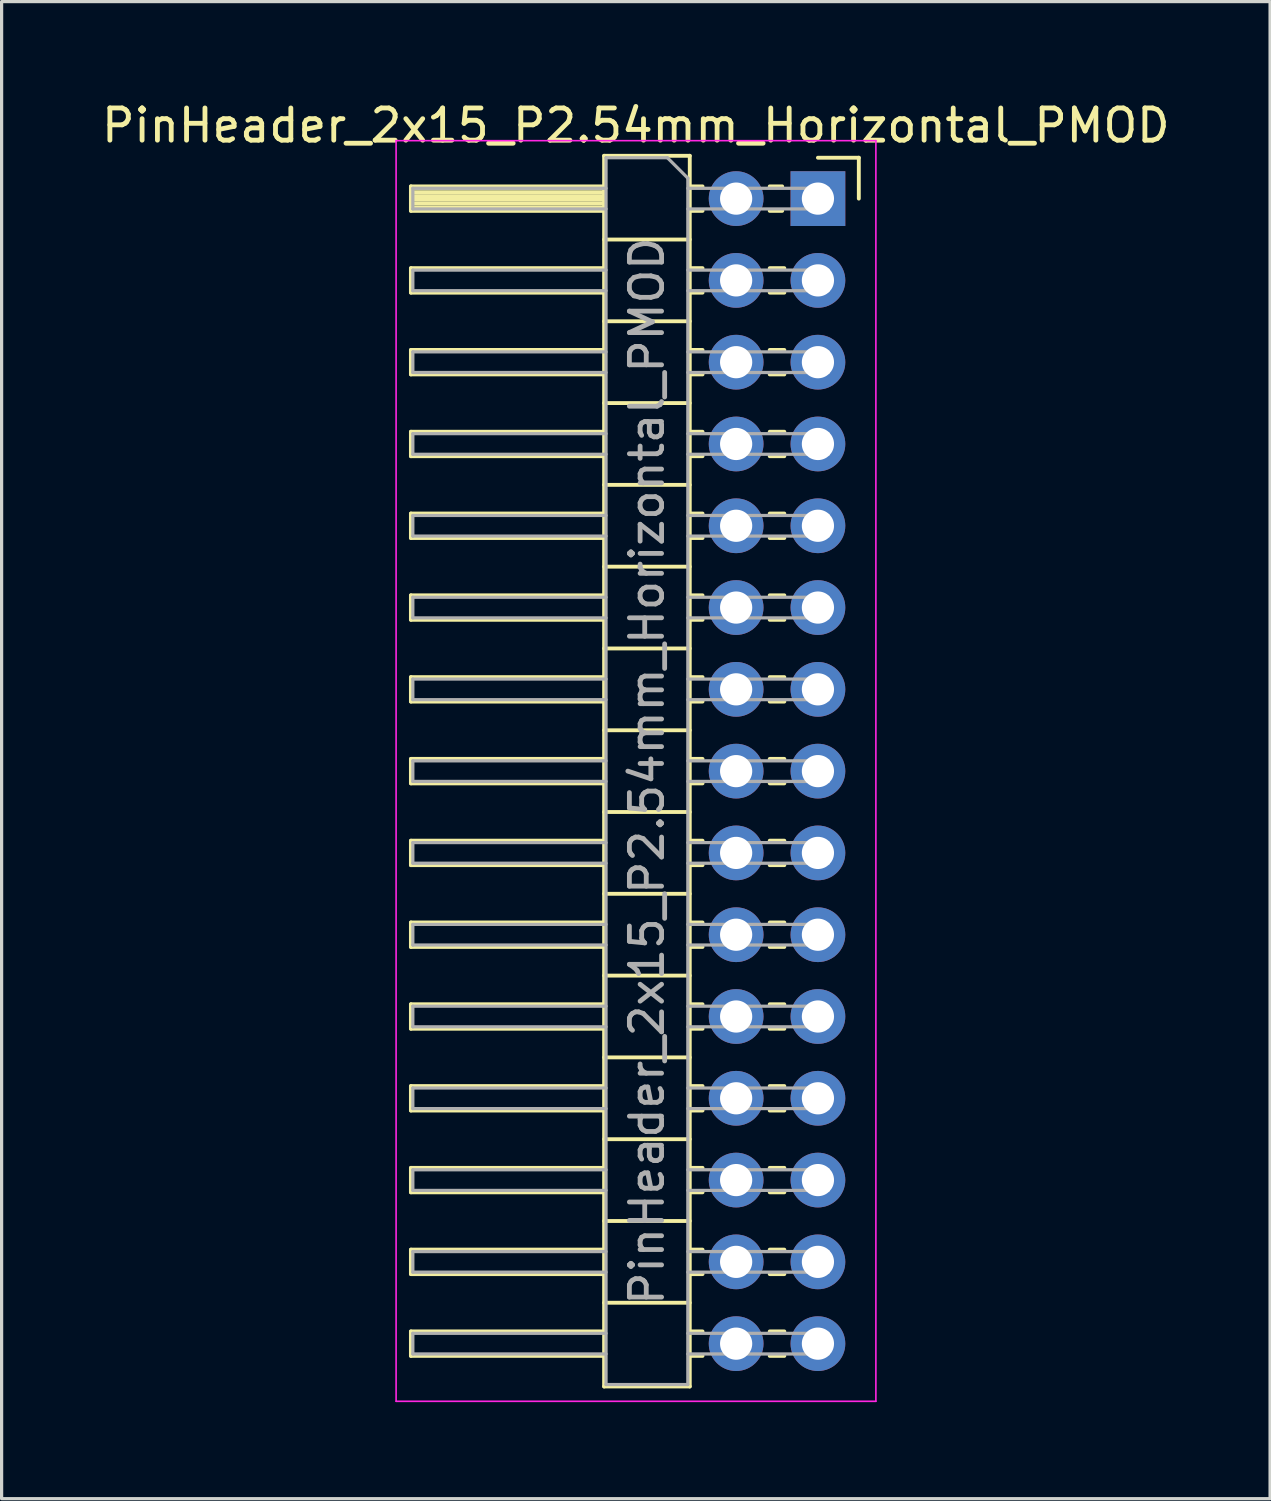
<source format=kicad_pcb>
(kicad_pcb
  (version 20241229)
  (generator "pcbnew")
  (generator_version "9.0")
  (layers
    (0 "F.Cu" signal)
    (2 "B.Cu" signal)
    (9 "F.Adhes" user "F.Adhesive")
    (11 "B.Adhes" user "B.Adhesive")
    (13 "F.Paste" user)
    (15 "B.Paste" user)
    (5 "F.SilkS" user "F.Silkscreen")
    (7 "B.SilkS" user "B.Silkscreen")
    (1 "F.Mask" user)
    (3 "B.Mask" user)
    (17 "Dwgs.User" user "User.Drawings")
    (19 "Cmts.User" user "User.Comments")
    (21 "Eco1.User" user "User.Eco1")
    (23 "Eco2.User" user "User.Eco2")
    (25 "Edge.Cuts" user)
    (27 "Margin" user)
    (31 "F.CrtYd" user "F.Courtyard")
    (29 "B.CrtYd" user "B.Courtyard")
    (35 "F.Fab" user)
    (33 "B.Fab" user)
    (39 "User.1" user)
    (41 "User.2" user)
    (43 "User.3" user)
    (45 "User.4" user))
  (footprint "PinHeader_2x15_P2.54mm_Horizontal_PMOD"
    (layer "F.Cu")
    (at 24.383 3.118)
    (property "Reference" "PinHeader_2x15_P2.54mm_Horizontal_PMOD" (at -7.687 -2.27 0) (layer "F.SilkS") (effects (font (size 1 1) (thickness 0.15))))
    (attr through_hole)
    (fp_line (start -14.672 -0.38) (end -14.672 0.38) (stroke (width 0.12) (type solid)) (layer "F.SilkS"))
    (fp_line (start -14.672 0.38) (end -8.672 0.38) (stroke (width 0.12) (type solid)) (layer "F.SilkS"))
    (fp_line (start -14.672 2.16) (end -14.672 2.92) (stroke (width 0.12) (type solid)) (layer "F.SilkS"))
    (fp_line (start -14.672 2.92) (end -8.672 2.92) (stroke (width 0.12) (type solid)) (layer "F.SilkS"))
    (fp_line (start -14.672 4.7) (end -14.672 5.46) (stroke (width 0.12) (type solid)) (layer "F.SilkS"))
    (fp_line (start -14.672 5.46) (end -8.672 5.46) (stroke (width 0.12) (type solid)) (layer "F.SilkS"))
    (fp_line (start -14.672 7.24) (end -14.672 8) (stroke (width 0.12) (type solid)) (layer "F.SilkS"))
    (fp_line (start -14.672 8) (end -8.672 8) (stroke (width 0.12) (type solid)) (layer "F.SilkS"))
    (fp_line (start -14.672 9.78) (end -14.672 10.54) (stroke (width 0.12) (type solid)) (layer "F.SilkS"))
    (fp_line (start -14.672 10.54) (end -8.672 10.54) (stroke (width 0.12) (type solid)) (layer "F.SilkS"))
    (fp_line (start -14.672 12.32) (end -14.672 13.08) (stroke (width 0.12) (type solid)) (layer "F.SilkS"))
    (fp_line (start -14.672 13.08) (end -8.672 13.08) (stroke (width 0.12) (type solid)) (layer "F.SilkS"))
    (fp_line (start -14.672 14.86) (end -14.672 15.62) (stroke (width 0.12) (type solid)) (layer "F.SilkS"))
    (fp_line (start -14.672 15.62) (end -8.672 15.62) (stroke (width 0.12) (type solid)) (layer "F.SilkS"))
    (fp_line (start -14.672 17.4) (end -14.672 18.16) (stroke (width 0.12) (type solid)) (layer "F.SilkS"))
    (fp_line (start -14.672 18.16) (end -8.672 18.16) (stroke (width 0.12) (type solid)) (layer "F.SilkS"))
    (fp_line (start -14.672 19.94) (end -14.672 20.7) (stroke (width 0.12) (type solid)) (layer "F.SilkS"))
    (fp_line (start -14.672 20.7) (end -8.672 20.7) (stroke (width 0.12) (type solid)) (layer "F.SilkS"))
    (fp_line (start -14.672 22.48) (end -14.672 23.24) (stroke (width 0.12) (type solid)) (layer "F.SilkS"))
    (fp_line (start -14.672 23.24) (end -8.672 23.24) (stroke (width 0.12) (type solid)) (layer "F.SilkS"))
    (fp_line (start -14.672 25.02) (end -14.672 25.78) (stroke (width 0.12) (type solid)) (layer "F.SilkS"))
    (fp_line (start -14.672 25.78) (end -8.672 25.78) (stroke (width 0.12) (type solid)) (layer "F.SilkS"))
    (fp_line (start -14.672 27.56) (end -14.672 28.32) (stroke (width 0.12) (type solid)) (layer "F.SilkS"))
    (fp_line (start -14.672 28.32) (end -8.672 28.32) (stroke (width 0.12) (type solid)) (layer "F.SilkS"))
    (fp_line (start -14.672 30.1) (end -14.672 30.86) (stroke (width 0.12) (type solid)) (layer "F.SilkS"))
    (fp_line (start -14.672 30.86) (end -8.672 30.86) (stroke (width 0.12) (type solid)) (layer "F.SilkS"))
    (fp_line (start -14.672 32.64) (end -14.672 33.4) (stroke (width 0.12) (type solid)) (layer "F.SilkS"))
    (fp_line (start -14.672 33.4) (end -8.672 33.4) (stroke (width 0.12) (type solid)) (layer "F.SilkS"))
    (fp_line (start -14.672 35.18) (end -14.672 35.94) (stroke (width 0.12) (type solid)) (layer "F.SilkS"))
    (fp_line (start -14.672 35.94) (end -8.672 35.94) (stroke (width 0.12) (type solid)) (layer "F.SilkS"))
    (fp_line (start -8.672 -1.33) (end -6.012 -1.33) (stroke (width 0.12) (type solid)) (layer "F.SilkS"))
    (fp_line (start -8.672 -0.38) (end -14.672 -0.38) (stroke (width 0.12) (type solid)) (layer "F.SilkS"))
    (fp_line (start -8.672 -0.32) (end -14.672 -0.32) (stroke (width 0.12) (type solid)) (layer "F.SilkS"))
    (fp_line (start -8.672 -0.2) (end -14.672 -0.2) (stroke (width 0.12) (type solid)) (layer "F.SilkS"))
    (fp_line (start -8.672 -0.08) (end -14.672 -0.08) (stroke (width 0.12) (type solid)) (layer "F.SilkS"))
    (fp_line (start -8.672 0.04) (end -14.672 0.04) (stroke (width 0.12) (type solid)) (layer "F.SilkS"))
    (fp_line (start -8.672 0.16) (end -14.672 0.16) (stroke (width 0.12) (type solid)) (layer "F.SilkS"))
    (fp_line (start -8.672 0.28) (end -14.672 0.28) (stroke (width 0.12) (type solid)) (layer "F.SilkS"))
    (fp_line (start -8.672 2.16) (end -14.672 2.16) (stroke (width 0.12) (type solid)) (layer "F.SilkS"))
    (fp_line (start -8.672 4.7) (end -14.672 4.7) (stroke (width 0.12) (type solid)) (layer "F.SilkS"))
    (fp_line (start -8.672 7.24) (end -14.672 7.24) (stroke (width 0.12) (type solid)) (layer "F.SilkS"))
    (fp_line (start -8.672 9.78) (end -14.672 9.78) (stroke (width 0.12) (type solid)) (layer "F.SilkS"))
    (fp_line (start -8.672 12.32) (end -14.672 12.32) (stroke (width 0.12) (type solid)) (layer "F.SilkS"))
    (fp_line (start -8.672 14.86) (end -14.672 14.86) (stroke (width 0.12) (type solid)) (layer "F.SilkS"))
    (fp_line (start -8.672 17.4) (end -14.672 17.4) (stroke (width 0.12) (type solid)) (layer "F.SilkS"))
    (fp_line (start -8.672 19.94) (end -14.672 19.94) (stroke (width 0.12) (type solid)) (layer "F.SilkS"))
    (fp_line (start -8.672 22.48) (end -14.672 22.48) (stroke (width 0.12) (type solid)) (layer "F.SilkS"))
    (fp_line (start -8.672 25.02) (end -14.672 25.02) (stroke (width 0.12) (type solid)) (layer "F.SilkS"))
    (fp_line (start -8.672 27.56) (end -14.672 27.56) (stroke (width 0.12) (type solid)) (layer "F.SilkS"))
    (fp_line (start -8.672 30.1) (end -14.672 30.1) (stroke (width 0.12) (type solid)) (layer "F.SilkS"))
    (fp_line (start -8.672 32.64) (end -14.672 32.64) (stroke (width 0.12) (type solid)) (layer "F.SilkS"))
    (fp_line (start -8.672 35.18) (end -14.672 35.18) (stroke (width 0.12) (type solid)) (layer "F.SilkS"))
    (fp_line (start -8.672 36.89) (end -8.672 -1.33) (stroke (width 0.12) (type solid)) (layer "F.SilkS"))
    (fp_line (start -6.012 -1.33) (end -6.012 36.89) (stroke (width 0.12) (type solid)) (layer "F.SilkS"))
    (fp_line (start -6.012 1.27) (end -8.672 1.27) (stroke (width 0.12) (type solid)) (layer "F.SilkS"))
    (fp_line (start -6.012 3.81) (end -8.672 3.81) (stroke (width 0.12) (type solid)) (layer "F.SilkS"))
    (fp_line (start -6.012 6.35) (end -8.672 6.35) (stroke (width 0.12) (type solid)) (layer "F.SilkS"))
    (fp_line (start -6.012 8.89) (end -8.672 8.89) (stroke (width 0.12) (type solid)) (layer "F.SilkS"))
    (fp_line (start -6.012 11.43) (end -8.672 11.43) (stroke (width 0.12) (type solid)) (layer "F.SilkS"))
    (fp_line (start -6.012 13.97) (end -8.672 13.97) (stroke (width 0.12) (type solid)) (layer "F.SilkS"))
    (fp_line (start -6.012 16.51) (end -8.672 16.51) (stroke (width 0.12) (type solid)) (layer "F.SilkS"))
    (fp_line (start -6.012 19.05) (end -8.672 19.05) (stroke (width 0.12) (type solid)) (layer "F.SilkS"))
    (fp_line (start -6.012 21.59) (end -8.672 21.59) (stroke (width 0.12) (type solid)) (layer "F.SilkS"))
    (fp_line (start -6.012 24.13) (end -8.672 24.13) (stroke (width 0.12) (type solid)) (layer "F.SilkS"))
    (fp_line (start -6.012 26.67) (end -8.672 26.67) (stroke (width 0.12) (type solid)) (layer "F.SilkS"))
    (fp_line (start -6.012 29.21) (end -8.672 29.21) (stroke (width 0.12) (type solid)) (layer "F.SilkS"))
    (fp_line (start -6.012 31.75) (end -8.672 31.75) (stroke (width 0.12) (type solid)) (layer "F.SilkS"))
    (fp_line (start -6.012 34.29) (end -8.672 34.29) (stroke (width 0.12) (type solid)) (layer "F.SilkS"))
    (fp_line (start -6.012 36.89) (end -8.672 36.89) (stroke (width 0.12) (type solid)) (layer "F.SilkS"))
    (fp_line (start -5.615 -0.38) (end -6.012 -0.38) (stroke (width 0.12) (type solid)) (layer "F.SilkS"))
    (fp_line (start -5.615 0.38) (end -6.012 0.38) (stroke (width 0.12) (type solid)) (layer "F.SilkS"))
    (fp_line (start -5.615 2.16) (end -6.012 2.16) (stroke (width 0.12) (type solid)) (layer "F.SilkS"))
    (fp_line (start -5.615 2.92) (end -6.012 2.92) (stroke (width 0.12) (type solid)) (layer "F.SilkS"))
    (fp_line (start -5.615 4.7) (end -6.012 4.7) (stroke (width 0.12) (type solid)) (layer "F.SilkS"))
    (fp_line (start -5.615 5.46) (end -6.012 5.46) (stroke (width 0.12) (type solid)) (layer "F.SilkS"))
    (fp_line (start -5.615 7.24) (end -6.012 7.24) (stroke (width 0.12) (type solid)) (layer "F.SilkS"))
    (fp_line (start -5.615 8) (end -6.012 8) (stroke (width 0.12) (type solid)) (layer "F.SilkS"))
    (fp_line (start -5.615 9.78) (end -6.012 9.78) (stroke (width 0.12) (type solid)) (layer "F.SilkS"))
    (fp_line (start -5.615 10.54) (end -6.012 10.54) (stroke (width 0.12) (type solid)) (layer "F.SilkS"))
    (fp_line (start -5.615 12.32) (end -6.012 12.32) (stroke (width 0.12) (type solid)) (layer "F.SilkS"))
    (fp_line (start -5.615 13.08) (end -6.012 13.08) (stroke (width 0.12) (type solid)) (layer "F.SilkS"))
    (fp_line (start -5.615 14.86) (end -6.012 14.86) (stroke (width 0.12) (type solid)) (layer "F.SilkS"))
    (fp_line (start -5.615 15.62) (end -6.012 15.62) (stroke (width 0.12) (type solid)) (layer "F.SilkS"))
    (fp_line (start -5.615 17.4) (end -6.012 17.4) (stroke (width 0.12) (type solid)) (layer "F.SilkS"))
    (fp_line (start -5.615 18.16) (end -6.012 18.16) (stroke (width 0.12) (type solid)) (layer "F.SilkS"))
    (fp_line (start -5.615 19.94) (end -6.012 19.94) (stroke (width 0.12) (type solid)) (layer "F.SilkS"))
    (fp_line (start -5.615 20.7) (end -6.012 20.7) (stroke (width 0.12) (type solid)) (layer "F.SilkS"))
    (fp_line (start -5.615 22.48) (end -6.012 22.48) (stroke (width 0.12) (type solid)) (layer "F.SilkS"))
    (fp_line (start -5.615 23.24) (end -6.012 23.24) (stroke (width 0.12) (type solid)) (layer "F.SilkS"))
    (fp_line (start -5.615 25.02) (end -6.012 25.02) (stroke (width 0.12) (type solid)) (layer "F.SilkS"))
    (fp_line (start -5.615 25.78) (end -6.012 25.78) (stroke (width 0.12) (type solid)) (layer "F.SilkS"))
    (fp_line (start -5.615 27.56) (end -6.012 27.56) (stroke (width 0.12) (type solid)) (layer "F.SilkS"))
    (fp_line (start -5.615 28.32) (end -6.012 28.32) (stroke (width 0.12) (type solid)) (layer "F.SilkS"))
    (fp_line (start -5.615 30.1) (end -6.012 30.1) (stroke (width 0.12) (type solid)) (layer "F.SilkS"))
    (fp_line (start -5.615 30.86) (end -6.012 30.86) (stroke (width 0.12) (type solid)) (layer "F.SilkS"))
    (fp_line (start -5.615 32.64) (end -6.012 32.64) (stroke (width 0.12) (type solid)) (layer "F.SilkS"))
    (fp_line (start -5.615 33.4) (end -6.012 33.4) (stroke (width 0.12) (type solid)) (layer "F.SilkS"))
    (fp_line (start -5.615 35.18) (end -6.012 35.18) (stroke (width 0.12) (type solid)) (layer "F.SilkS"))
    (fp_line (start -5.615 35.94) (end -6.012 35.94) (stroke (width 0.12) (type solid)) (layer "F.SilkS"))
    (fp_line (start -3.142 -0.38) (end -3.529 -0.38) (stroke (width 0.12) (type solid)) (layer "F.SilkS"))
    (fp_line (start -3.142 0.38) (end -3.529 0.38) (stroke (width 0.12) (type solid)) (layer "F.SilkS"))
    (fp_line (start -3.075 2.16) (end -3.529 2.16) (stroke (width 0.12) (type solid)) (layer "F.SilkS"))
    (fp_line (start -3.075 2.92) (end -3.529 2.92) (stroke (width 0.12) (type solid)) (layer "F.SilkS"))
    (fp_line (start -3.075 4.7) (end -3.529 4.7) (stroke (width 0.12) (type solid)) (layer "F.SilkS"))
    (fp_line (start -3.075 5.46) (end -3.529 5.46) (stroke (width 0.12) (type solid)) (layer "F.SilkS"))
    (fp_line (start -3.075 7.24) (end -3.529 7.24) (stroke (width 0.12) (type solid)) (layer "F.SilkS"))
    (fp_line (start -3.075 8) (end -3.529 8) (stroke (width 0.12) (type solid)) (layer "F.SilkS"))
    (fp_line (start -3.075 9.78) (end -3.529 9.78) (stroke (width 0.12) (type solid)) (layer "F.SilkS"))
    (fp_line (start -3.075 10.54) (end -3.529 10.54) (stroke (width 0.12) (type solid)) (layer "F.SilkS"))
    (fp_line (start -3.075 12.32) (end -3.529 12.32) (stroke (width 0.12) (type solid)) (layer "F.SilkS"))
    (fp_line (start -3.075 13.08) (end -3.529 13.08) (stroke (width 0.12) (type solid)) (layer "F.SilkS"))
    (fp_line (start -3.075 14.86) (end -3.529 14.86) (stroke (width 0.12) (type solid)) (layer "F.SilkS"))
    (fp_line (start -3.075 15.62) (end -3.529 15.62) (stroke (width 0.12) (type solid)) (layer "F.SilkS"))
    (fp_line (start -3.075 17.4) (end -3.529 17.4) (stroke (width 0.12) (type solid)) (layer "F.SilkS"))
    (fp_line (start -3.075 18.16) (end -3.529 18.16) (stroke (width 0.12) (type solid)) (layer "F.SilkS"))
    (fp_line (start -3.075 19.94) (end -3.529 19.94) (stroke (width 0.12) (type solid)) (layer "F.SilkS"))
    (fp_line (start -3.075 20.7) (end -3.529 20.7) (stroke (width 0.12) (type solid)) (layer "F.SilkS"))
    (fp_line (start -3.075 22.48) (end -3.529 22.48) (stroke (width 0.12) (type solid)) (layer "F.SilkS"))
    (fp_line (start -3.075 23.24) (end -3.529 23.24) (stroke (width 0.12) (type solid)) (layer "F.SilkS"))
    (fp_line (start -3.075 25.02) (end -3.529 25.02) (stroke (width 0.12) (type solid)) (layer "F.SilkS"))
    (fp_line (start -3.075 25.78) (end -3.529 25.78) (stroke (width 0.12) (type solid)) (layer "F.SilkS"))
    (fp_line (start -3.075 27.56) (end -3.529 27.56) (stroke (width 0.12) (type solid)) (layer "F.SilkS"))
    (fp_line (start -3.075 28.32) (end -3.529 28.32) (stroke (width 0.12) (type solid)) (layer "F.SilkS"))
    (fp_line (start -3.075 30.1) (end -3.529 30.1) (stroke (width 0.12) (type solid)) (layer "F.SilkS"))
    (fp_line (start -3.075 30.86) (end -3.529 30.86) (stroke (width 0.12) (type solid)) (layer "F.SilkS"))
    (fp_line (start -3.075 32.64) (end -3.529 32.64) (stroke (width 0.12) (type solid)) (layer "F.SilkS"))
    (fp_line (start -3.075 33.4) (end -3.529 33.4) (stroke (width 0.12) (type solid)) (layer "F.SilkS"))
    (fp_line (start -3.075 35.18) (end -3.529 35.18) (stroke (width 0.12) (type solid)) (layer "F.SilkS"))
    (fp_line (start -3.075 35.94) (end -3.529 35.94) (stroke (width 0.12) (type solid)) (layer "F.SilkS"))
    (fp_line (start -0.762 -1.27) (end -2.032 -1.27) (stroke (width 0.12) (type solid)) (layer "F.SilkS"))
    (fp_line (start -0.762 0) (end -0.762 -1.27) (stroke (width 0.12) (type solid)) (layer "F.SilkS"))
    (fp_line (start -15.132 -1.8) (end -0.232 -1.8) (stroke (width 0.05) (type solid)) (layer "F.CrtYd"))
    (fp_line (start -15.132 37.35) (end -15.132 -1.8) (stroke (width 0.05) (type solid)) (layer "F.CrtYd"))
    (fp_line (start -0.232 -1.8) (end -0.232 37.35) (stroke (width 0.05) (type solid)) (layer "F.CrtYd"))
    (fp_line (start -0.232 37.35) (end -15.132 37.35) (stroke (width 0.05) (type solid)) (layer "F.CrtYd"))
    (fp_line (start -14.612 -0.32) (end -14.612 0.32) (stroke (width 0.1) (type solid)) (layer "F.Fab"))
    (fp_line (start -14.612 2.22) (end -14.612 2.86) (stroke (width 0.1) (type solid)) (layer "F.Fab"))
    (fp_line (start -14.612 4.76) (end -14.612 5.4) (stroke (width 0.1) (type solid)) (layer "F.Fab"))
    (fp_line (start -14.612 7.3) (end -14.612 7.94) (stroke (width 0.1) (type solid)) (layer "F.Fab"))
    (fp_line (start -14.612 9.84) (end -14.612 10.48) (stroke (width 0.1) (type solid)) (layer "F.Fab"))
    (fp_line (start -14.612 12.38) (end -14.612 13.02) (stroke (width 0.1) (type solid)) (layer "F.Fab"))
    (fp_line (start -14.612 14.92) (end -14.612 15.56) (stroke (width 0.1) (type solid)) (layer "F.Fab"))
    (fp_line (start -14.612 17.46) (end -14.612 18.1) (stroke (width 0.1) (type solid)) (layer "F.Fab"))
    (fp_line (start -14.612 20) (end -14.612 20.64) (stroke (width 0.1) (type solid)) (layer "F.Fab"))
    (fp_line (start -14.612 22.54) (end -14.612 23.18) (stroke (width 0.1) (type solid)) (layer "F.Fab"))
    (fp_line (start -14.612 25.08) (end -14.612 25.72) (stroke (width 0.1) (type solid)) (layer "F.Fab"))
    (fp_line (start -14.612 27.62) (end -14.612 28.26) (stroke (width 0.1) (type solid)) (layer "F.Fab"))
    (fp_line (start -14.612 30.16) (end -14.612 30.8) (stroke (width 0.1) (type solid)) (layer "F.Fab"))
    (fp_line (start -14.612 32.7) (end -14.612 33.34) (stroke (width 0.1) (type solid)) (layer "F.Fab"))
    (fp_line (start -14.612 35.24) (end -14.612 35.88) (stroke (width 0.1) (type solid)) (layer "F.Fab"))
    (fp_line (start -8.612 -1.27) (end -8.612 36.83) (stroke (width 0.1) (type solid)) (layer "F.Fab"))
    (fp_line (start -8.612 -0.32) (end -14.612 -0.32) (stroke (width 0.1) (type solid)) (layer "F.Fab"))
    (fp_line (start -8.612 0.32) (end -14.612 0.32) (stroke (width 0.1) (type solid)) (layer "F.Fab"))
    (fp_line (start -8.612 2.22) (end -14.612 2.22) (stroke (width 0.1) (type solid)) (layer "F.Fab"))
    (fp_line (start -8.612 2.86) (end -14.612 2.86) (stroke (width 0.1) (type solid)) (layer "F.Fab"))
    (fp_line (start -8.612 4.76) (end -14.612 4.76) (stroke (width 0.1) (type solid)) (layer "F.Fab"))
    (fp_line (start -8.612 5.4) (end -14.612 5.4) (stroke (width 0.1) (type solid)) (layer "F.Fab"))
    (fp_line (start -8.612 7.3) (end -14.612 7.3) (stroke (width 0.1) (type solid)) (layer "F.Fab"))
    (fp_line (start -8.612 7.94) (end -14.612 7.94) (stroke (width 0.1) (type solid)) (layer "F.Fab"))
    (fp_line (start -8.612 9.84) (end -14.612 9.84) (stroke (width 0.1) (type solid)) (layer "F.Fab"))
    (fp_line (start -8.612 10.48) (end -14.612 10.48) (stroke (width 0.1) (type solid)) (layer "F.Fab"))
    (fp_line (start -8.612 12.38) (end -14.612 12.38) (stroke (width 0.1) (type solid)) (layer "F.Fab"))
    (fp_line (start -8.612 13.02) (end -14.612 13.02) (stroke (width 0.1) (type solid)) (layer "F.Fab"))
    (fp_line (start -8.612 14.92) (end -14.612 14.92) (stroke (width 0.1) (type solid)) (layer "F.Fab"))
    (fp_line (start -8.612 15.56) (end -14.612 15.56) (stroke (width 0.1) (type solid)) (layer "F.Fab"))
    (fp_line (start -8.612 17.46) (end -14.612 17.46) (stroke (width 0.1) (type solid)) (layer "F.Fab"))
    (fp_line (start -8.612 18.1) (end -14.612 18.1) (stroke (width 0.1) (type solid)) (layer "F.Fab"))
    (fp_line (start -8.612 20) (end -14.612 20) (stroke (width 0.1) (type solid)) (layer "F.Fab"))
    (fp_line (start -8.612 20.64) (end -14.612 20.64) (stroke (width 0.1) (type solid)) (layer "F.Fab"))
    (fp_line (start -8.612 22.54) (end -14.612 22.54) (stroke (width 0.1) (type solid)) (layer "F.Fab"))
    (fp_line (start -8.612 23.18) (end -14.612 23.18) (stroke (width 0.1) (type solid)) (layer "F.Fab"))
    (fp_line (start -8.612 25.08) (end -14.612 25.08) (stroke (width 0.1) (type solid)) (layer "F.Fab"))
    (fp_line (start -8.612 25.72) (end -14.612 25.72) (stroke (width 0.1) (type solid)) (layer "F.Fab"))
    (fp_line (start -8.612 27.62) (end -14.612 27.62) (stroke (width 0.1) (type solid)) (layer "F.Fab"))
    (fp_line (start -8.612 28.26) (end -14.612 28.26) (stroke (width 0.1) (type solid)) (layer "F.Fab"))
    (fp_line (start -8.612 30.16) (end -14.612 30.16) (stroke (width 0.1) (type solid)) (layer "F.Fab"))
    (fp_line (start -8.612 30.8) (end -14.612 30.8) (stroke (width 0.1) (type solid)) (layer "F.Fab"))
    (fp_line (start -8.612 32.7) (end -14.612 32.7) (stroke (width 0.1) (type solid)) (layer "F.Fab"))
    (fp_line (start -8.612 33.34) (end -14.612 33.34) (stroke (width 0.1) (type solid)) (layer "F.Fab"))
    (fp_line (start -8.612 35.24) (end -14.612 35.24) (stroke (width 0.1) (type solid)) (layer "F.Fab"))
    (fp_line (start -8.612 35.88) (end -14.612 35.88) (stroke (width 0.1) (type solid)) (layer "F.Fab"))
    (fp_line (start -8.612 36.83) (end -6.072 36.83) (stroke (width 0.1) (type solid)) (layer "F.Fab"))
    (fp_line (start -6.707 -1.27) (end -8.612 -1.27) (stroke (width 0.1) (type solid)) (layer "F.Fab"))
    (fp_line (start -6.072 -0.635) (end -6.707 -1.27) (stroke (width 0.1) (type solid)) (layer "F.Fab"))
    (fp_line (start -6.072 36.83) (end -6.072 -0.635) (stroke (width 0.1) (type solid)) (layer "F.Fab"))
    (fp_line (start -1.712 -0.32) (end -6.072 -0.32) (stroke (width 0.1) (type solid)) (layer "F.Fab"))
    (fp_line (start -1.712 -0.32) (end -1.712 0.32) (stroke (width 0.1) (type solid)) (layer "F.Fab"))
    (fp_line (start -1.712 0.32) (end -6.072 0.32) (stroke (width 0.1) (type solid)) (layer "F.Fab"))
    (fp_line (start -1.712 2.22) (end -6.072 2.22) (stroke (width 0.1) (type solid)) (layer "F.Fab"))
    (fp_line (start -1.712 2.22) (end -1.712 2.86) (stroke (width 0.1) (type solid)) (layer "F.Fab"))
    (fp_line (start -1.712 2.86) (end -6.072 2.86) (stroke (width 0.1) (type solid)) (layer "F.Fab"))
    (fp_line (start -1.712 4.76) (end -6.072 4.76) (stroke (width 0.1) (type solid)) (layer "F.Fab"))
    (fp_line (start -1.712 4.76) (end -1.712 5.4) (stroke (width 0.1) (type solid)) (layer "F.Fab"))
    (fp_line (start -1.712 5.4) (end -6.072 5.4) (stroke (width 0.1) (type solid)) (layer "F.Fab"))
    (fp_line (start -1.712 7.3) (end -6.072 7.3) (stroke (width 0.1) (type solid)) (layer "F.Fab"))
    (fp_line (start -1.712 7.3) (end -1.712 7.94) (stroke (width 0.1) (type solid)) (layer "F.Fab"))
    (fp_line (start -1.712 7.94) (end -6.072 7.94) (stroke (width 0.1) (type solid)) (layer "F.Fab"))
    (fp_line (start -1.712 9.84) (end -6.072 9.84) (stroke (width 0.1) (type solid)) (layer "F.Fab"))
    (fp_line (start -1.712 9.84) (end -1.712 10.48) (stroke (width 0.1) (type solid)) (layer "F.Fab"))
    (fp_line (start -1.712 10.48) (end -6.072 10.48) (stroke (width 0.1) (type solid)) (layer "F.Fab"))
    (fp_line (start -1.712 12.38) (end -6.072 12.38) (stroke (width 0.1) (type solid)) (layer "F.Fab"))
    (fp_line (start -1.712 12.38) (end -1.712 13.02) (stroke (width 0.1) (type solid)) (layer "F.Fab"))
    (fp_line (start -1.712 13.02) (end -6.072 13.02) (stroke (width 0.1) (type solid)) (layer "F.Fab"))
    (fp_line (start -1.712 14.92) (end -6.072 14.92) (stroke (width 0.1) (type solid)) (layer "F.Fab"))
    (fp_line (start -1.712 14.92) (end -1.712 15.56) (stroke (width 0.1) (type solid)) (layer "F.Fab"))
    (fp_line (start -1.712 15.56) (end -6.072 15.56) (stroke (width 0.1) (type solid)) (layer "F.Fab"))
    (fp_line (start -1.712 17.46) (end -6.072 17.46) (stroke (width 0.1) (type solid)) (layer "F.Fab"))
    (fp_line (start -1.712 17.46) (end -1.712 18.1) (stroke (width 0.1) (type solid)) (layer "F.Fab"))
    (fp_line (start -1.712 18.1) (end -6.072 18.1) (stroke (width 0.1) (type solid)) (layer "F.Fab"))
    (fp_line (start -1.712 20) (end -6.072 20) (stroke (width 0.1) (type solid)) (layer "F.Fab"))
    (fp_line (start -1.712 20) (end -1.712 20.64) (stroke (width 0.1) (type solid)) (layer "F.Fab"))
    (fp_line (start -1.712 20.64) (end -6.072 20.64) (stroke (width 0.1) (type solid)) (layer "F.Fab"))
    (fp_line (start -1.712 22.54) (end -6.072 22.54) (stroke (width 0.1) (type solid)) (layer "F.Fab"))
    (fp_line (start -1.712 22.54) (end -1.712 23.18) (stroke (width 0.1) (type solid)) (layer "F.Fab"))
    (fp_line (start -1.712 23.18) (end -6.072 23.18) (stroke (width 0.1) (type solid)) (layer "F.Fab"))
    (fp_line (start -1.712 25.08) (end -6.072 25.08) (stroke (width 0.1) (type solid)) (layer "F.Fab"))
    (fp_line (start -1.712 25.08) (end -1.712 25.72) (stroke (width 0.1) (type solid)) (layer "F.Fab"))
    (fp_line (start -1.712 25.72) (end -6.072 25.72) (stroke (width 0.1) (type solid)) (layer "F.Fab"))
    (fp_line (start -1.712 27.62) (end -6.072 27.62) (stroke (width 0.1) (type solid)) (layer "F.Fab"))
    (fp_line (start -1.712 27.62) (end -1.712 28.26) (stroke (width 0.1) (type solid)) (layer "F.Fab"))
    (fp_line (start -1.712 28.26) (end -6.072 28.26) (stroke (width 0.1) (type solid)) (layer "F.Fab"))
    (fp_line (start -1.712 30.16) (end -6.072 30.16) (stroke (width 0.1) (type solid)) (layer "F.Fab"))
    (fp_line (start -1.712 30.16) (end -1.712 30.8) (stroke (width 0.1) (type solid)) (layer "F.Fab"))
    (fp_line (start -1.712 30.8) (end -6.072 30.8) (stroke (width 0.1) (type solid)) (layer "F.Fab"))
    (fp_line (start -1.712 32.7) (end -6.072 32.7) (stroke (width 0.1) (type solid)) (layer "F.Fab"))
    (fp_line (start -1.712 32.7) (end -1.712 33.34) (stroke (width 0.1) (type solid)) (layer "F.Fab"))
    (fp_line (start -1.712 33.34) (end -6.072 33.34) (stroke (width 0.1) (type solid)) (layer "F.Fab"))
    (fp_line (start -1.712 35.24) (end -6.072 35.24) (stroke (width 0.1) (type solid)) (layer "F.Fab"))
    (fp_line (start -1.712 35.24) (end -1.712 35.88) (stroke (width 0.1) (type solid)) (layer "F.Fab"))
    (fp_line (start -1.712 35.88) (end -6.072 35.88) (stroke (width 0.1) (type solid)) (layer "F.Fab"))
    (fp_text user "${REFERENCE}" (at -7.342 17.78 90) (layer "F.Fab") (effects (font (size 1 1) (thickness 0.15))))
    (pad "1" thru_hole rect (at -2.032 0) (size 1.7 1.7) (drill 1) (layers "*.Cu" "*.Mask"))
    (pad "2" thru_hole oval (at -2.032 2.54) (size 1.7 1.7) (drill 1) (layers "*.Cu" "*.Mask"))
    (pad "3" thru_hole oval (at -2.032 5.08) (size 1.7 1.7) (drill 1) (layers "*.Cu" "*.Mask"))
    (pad "4" thru_hole oval (at -2.032 7.62) (size 1.7 1.7) (drill 1) (layers "*.Cu" "*.Mask"))
    (pad "5" thru_hole oval (at -2.032 10.16) (size 1.7 1.7) (drill 1) (layers "*.Cu" "*.Mask"))
    (pad "6" thru_hole oval (at -2.032 12.7) (size 1.7 1.7) (drill 1) (layers "*.Cu" "*.Mask"))
    (pad "7" thru_hole oval (at -2.032 15.24) (size 1.7 1.7) (drill 1) (layers "*.Cu" "*.Mask"))
    (pad "8" thru_hole oval (at -2.032 17.78) (size 1.7 1.7) (drill 1) (layers "*.Cu" "*.Mask"))
    (pad "9" thru_hole oval (at -2.032 20.32) (size 1.7 1.7) (drill 1) (layers "*.Cu" "*.Mask"))
    (pad "10" thru_hole oval (at -2.032 22.86) (size 1.7 1.7) (drill 1) (layers "*.Cu" "*.Mask"))
    (pad "11" thru_hole oval (at -2.032 25.4) (size 1.7 1.7) (drill 1) (layers "*.Cu" "*.Mask"))
    (pad "12" thru_hole oval (at -2.032 27.94) (size 1.7 1.7) (drill 1) (layers "*.Cu" "*.Mask"))
    (pad "13" thru_hole oval (at -2.032 30.48) (size 1.7 1.7) (drill 1) (layers "*.Cu" "*.Mask"))
    (pad "14" thru_hole oval (at -2.032 33.02) (size 1.7 1.7) (drill 1) (layers "*.Cu" "*.Mask"))
    (pad "15" thru_hole oval (at -2.032 35.56) (size 1.7 1.7) (drill 1) (layers "*.Cu" "*.Mask"))
    (pad "16" thru_hole oval (at -4.572 35.56) (size 1.7 1.7) (drill 1) (layers "*.Cu" "*.Mask"))
    (pad "17" thru_hole oval (at -4.572 33.02) (size 1.7 1.7) (drill 1) (layers "*.Cu" "*.Mask"))
    (pad "18" thru_hole oval (at -4.572 30.48) (size 1.7 1.7) (drill 1) (layers "*.Cu" "*.Mask"))
    (pad "19" thru_hole oval (at -4.572 27.94) (size 1.7 1.7) (drill 1) (layers "*.Cu" "*.Mask"))
    (pad "20" thru_hole oval (at -4.572 25.4) (size 1.7 1.7) (drill 1) (layers "*.Cu" "*.Mask"))
    (pad "21" thru_hole oval (at -4.572 22.86) (size 1.7 1.7) (drill 1) (layers "*.Cu" "*.Mask"))
    (pad "22" thru_hole oval (at -4.572 20.32) (size 1.7 1.7) (drill 1) (layers "*.Cu" "*.Mask"))
    (pad "23" thru_hole oval (at -4.572 17.78) (size 1.7 1.7) (drill 1) (layers "*.Cu" "*.Mask"))
    (pad "24" thru_hole oval (at -4.572 15.24) (size 1.7 1.7) (drill 1) (layers "*.Cu" "*.Mask"))
    (pad "25" thru_hole oval (at -4.572 12.7) (size 1.7 1.7) (drill 1) (layers "*.Cu" "*.Mask"))
    (pad "26" thru_hole oval (at -4.572 10.16) (size 1.7 1.7) (drill 1) (layers "*.Cu" "*.Mask"))
    (pad "27" thru_hole oval (at -4.572 7.62) (size 1.7 1.7) (drill 1) (layers "*.Cu" "*.Mask"))
    (pad "28" thru_hole oval (at -4.572 5.08) (size 1.7 1.7) (drill 1) (layers "*.Cu" "*.Mask"))
    (pad "29" thru_hole oval (at -4.572 2.54) (size 1.7 1.7) (drill 1) (layers "*.Cu" "*.Mask"))
    (pad "30" thru_hole oval (at -4.572 0) (size 1.7 1.7) (drill 1) (layers "*.Cu" "*.Mask")))
  (gr_rect
    (start -3 -3)
    (end 36.393 43.493)
    (stroke (width 0.1) (type default))
    (fill no)
    (layer "Edge.Cuts")))
</source>
